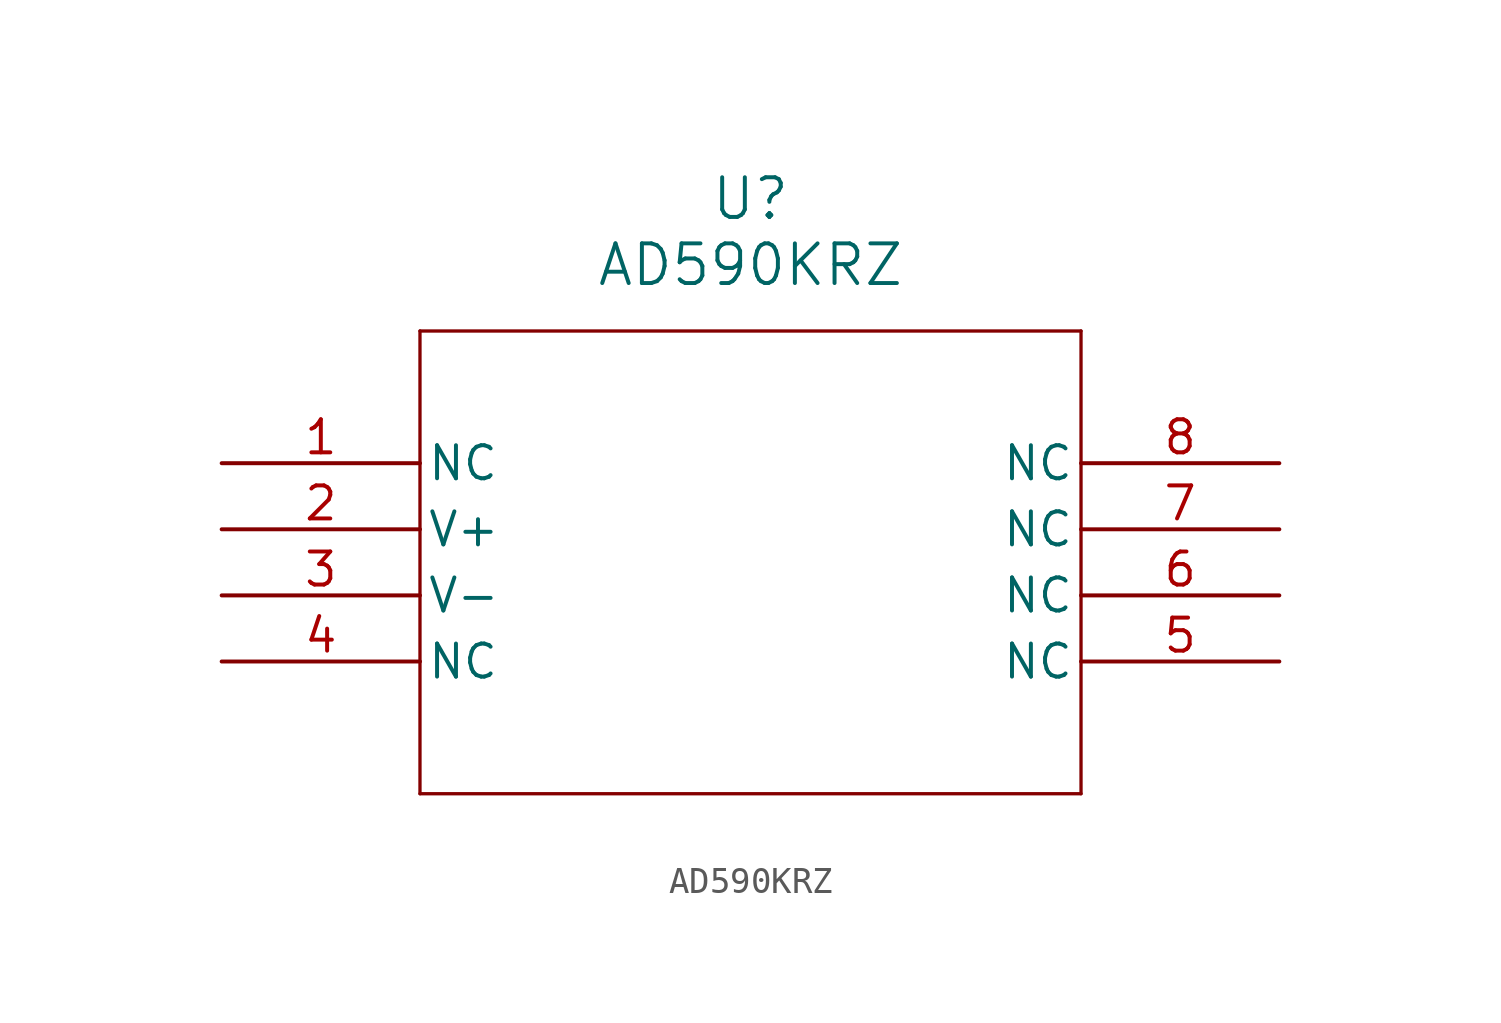
<source format=kicad_sym>
(kicad_symbol_lib
  (version 20211014)
  (generator kicad_symbol_editor)
  (symbol "AD590KRZ"
    (pin_names
      (offset 0.254))
    (property "Reference" "U"
      (at 20.32 10.16 0)
      (effects (font (size 1.524 1.524))))
    (property "Value" "AD590KRZ"
      (at 20.32 7.62 0)
      (effects (font (size 1.524 1.524))))
    (symbol "AD590KRZ_0_1"
      (polyline (pts (xy 7.62 5.08) (xy 7.62 -12.7)) (stroke (width 0.127) (type default) (color 0 0 0 0)) (fill (type none)))
      (polyline (pts (xy 7.62 -12.7) (xy 33.02 -12.7)) (stroke (width 0.127) (type default) (color 0 0 0 0)) (fill (type none)))
      (polyline (pts (xy 33.02 -12.7) (xy 33.02 5.08)) (stroke (width 0.127) (type default) (color 0 0 0 0)) (fill (type none)))
      (polyline (pts (xy 33.02 5.08) (xy 7.62 5.08)) (stroke (width 0.127) (type default) (color 0 0 0 0)) (fill (type none)))
      (pin unspecified line (at 0 0 0) (length 7.62) (name "NC" (effects (font (size 1.27 1.27)))) (number "1" (effects (font (size 1.27 1.27)))))
      (pin unspecified line (at 0 -2.54 0) (length 7.62) (name "V+" (effects (font (size 1.27 1.27)))) (number "2" (effects (font (size 1.27 1.27)))))
      (pin unspecified line (at 0 -5.08 0) (length 7.62) (name "V-" (effects (font (size 1.27 1.27)))) (number "3" (effects (font (size 1.27 1.27)))))
      (pin unspecified line (at 0 -7.62 0) (length 7.62) (name "NC" (effects (font (size 1.27 1.27)))) (number "4" (effects (font (size 1.27 1.27)))))
      (pin unspecified line (at 40.64 -7.62 180) (length 7.62) (name "NC" (effects (font (size 1.27 1.27)))) (number "5" (effects (font (size 1.27 1.27)))))
      (pin unspecified line (at 40.64 -5.08 180) (length 7.62) (name "NC" (effects (font (size 1.27 1.27)))) (number "6" (effects (font (size 1.27 1.27)))))
      (pin unspecified line (at 40.64 -2.54 180) (length 7.62) (name "NC" (effects (font (size 1.27 1.27)))) (number "7" (effects (font (size 1.27 1.27)))))
      (pin unspecified line (at 40.64 0 180) (length 7.62) (name "NC" (effects (font (size 1.27 1.27)))) (number "8" (effects (font (size 1.27 1.27))))))))
</source>
